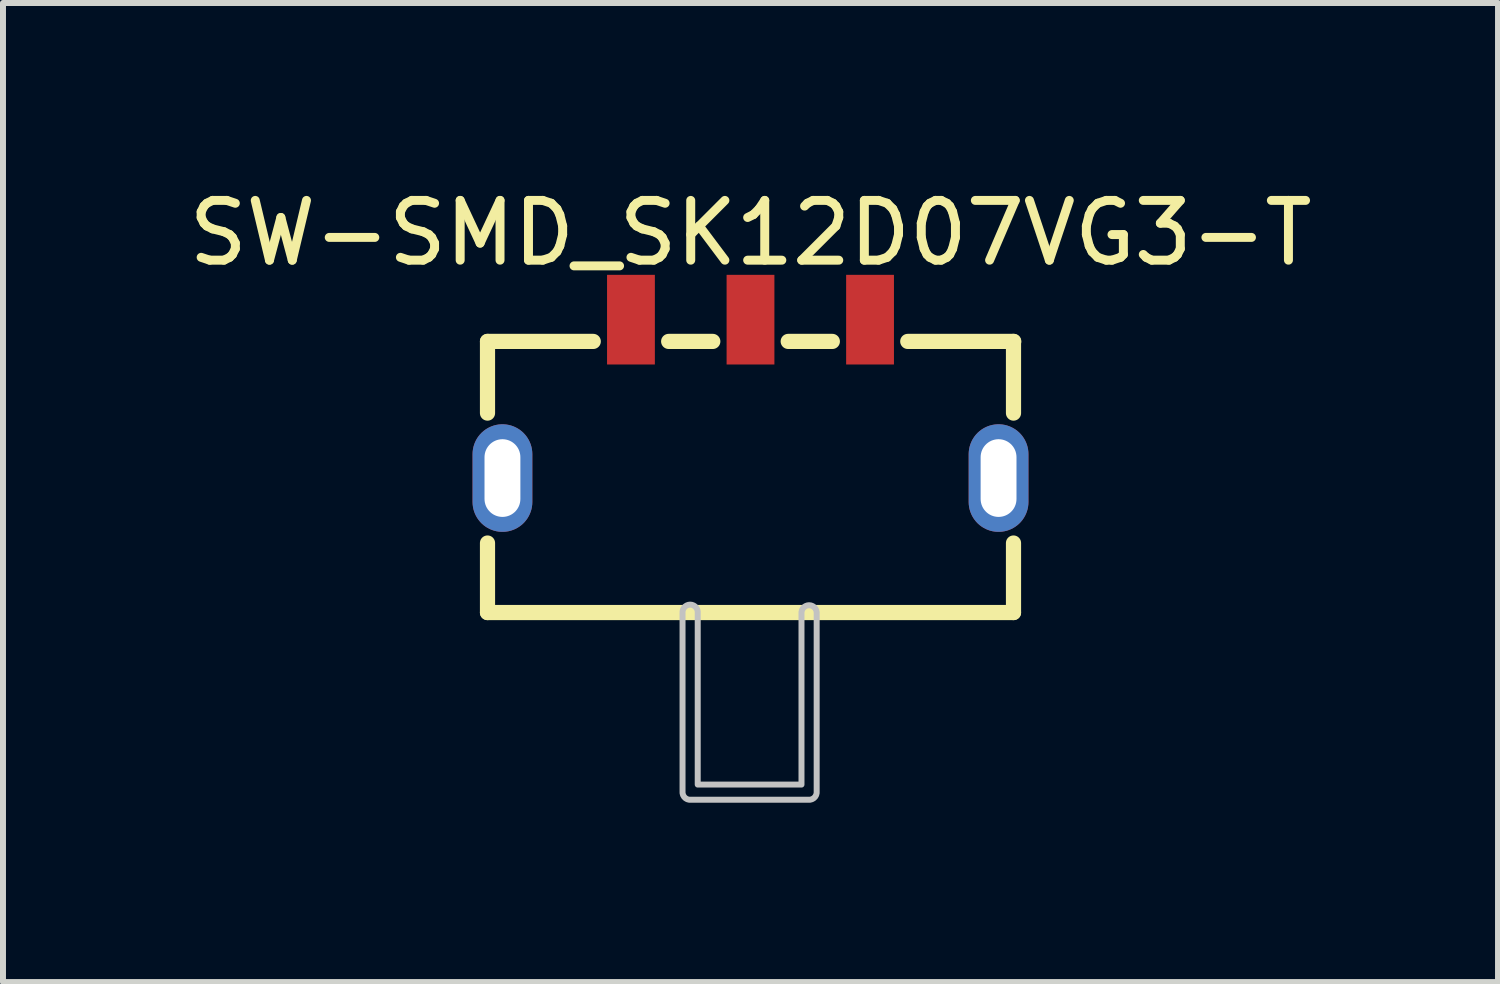
<source format=kicad_pcb>
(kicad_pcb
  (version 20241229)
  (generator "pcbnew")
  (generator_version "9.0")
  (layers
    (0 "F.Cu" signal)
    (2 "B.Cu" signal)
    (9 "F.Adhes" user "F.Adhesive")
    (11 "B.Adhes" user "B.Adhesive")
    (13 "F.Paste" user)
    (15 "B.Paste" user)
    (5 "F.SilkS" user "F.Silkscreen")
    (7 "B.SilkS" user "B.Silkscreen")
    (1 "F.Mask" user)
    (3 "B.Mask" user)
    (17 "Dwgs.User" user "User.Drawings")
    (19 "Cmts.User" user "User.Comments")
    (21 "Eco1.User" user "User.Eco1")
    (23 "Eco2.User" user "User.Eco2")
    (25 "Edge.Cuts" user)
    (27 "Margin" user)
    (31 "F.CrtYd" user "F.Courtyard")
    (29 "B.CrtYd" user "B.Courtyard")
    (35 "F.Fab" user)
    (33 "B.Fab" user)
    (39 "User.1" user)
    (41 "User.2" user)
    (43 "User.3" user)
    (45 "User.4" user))
  (footprint "SW-SMD_SK12D07VG3-T"
    (layer "F.Cu")
    (at 9.506 3.623)
    (property "Reference" "SW-SMD_SK12D07VG3-T" (at 0 -2.775 0) (layer "F.SilkS") (effects (font (size 1 1) (thickness 0.15))))
    (fp_line (start -4.4 -0.961) (end -2.631 -0.961) (stroke (width 0.254) (type default)) (layer "F.SilkS"))
    (fp_line (start -4.4 0.238) (end -4.4 -0.961) (stroke (width 0.254) (type default)) (layer "F.SilkS"))
    (fp_line (start -4.4 3.575) (end -4.4 2.412) (stroke (width 0.254) (type default)) (layer "F.SilkS"))
    (fp_line (start -1.369 -0.961) (end -0.631 -0.961) (stroke (width 0.254) (type default)) (layer "F.SilkS"))
    (fp_line (start 0.631 -0.961) (end 1.369 -0.961) (stroke (width 0.254) (type default)) (layer "F.SilkS"))
    (fp_line (start 2.631 -0.961) (end 4.404 -0.961) (stroke (width 0.254) (type default)) (layer "F.SilkS"))
    (fp_line (start 4.4 0.238) (end 4.4 -0.961) (stroke (width 0.254) (type default)) (layer "F.SilkS"))
    (fp_line (start 4.4 3.575) (end -4.4 3.575) (stroke (width 0.254) (type default)) (layer "F.SilkS"))
    (fp_line (start 4.4 3.575) (end 4.4 2.412) (stroke (width 0.254) (type default)) (layer "F.SilkS"))
    (fp_poly (pts (arc (start -1.137 3.57) (mid -1.01 3.443) (end -0.883 3.57)) (xy -0.883 6.453) (xy 0.853 6.453) (arc (start 0.853 3.58) (mid 0.98 3.453) (end 1.107 3.58)) (arc (start 1.107 6.58) (mid 1.069803 6.669803) (end 0.98 6.707)) (arc (start -1.01 6.707) (mid -1.099803 6.669803) (end -1.137 6.58))) (stroke (width 0.1) (type default)) (fill no) (layer "Dwgs.User"))
    (fp_poly (pts (xy -4.35 0.775) (xy -3.95 0.775) (xy -3.95 1.875) (xy -4.35 1.875)) (stroke (width 0.1) (type default)) (fill no) (layer "User.1"))
    (fp_poly (pts (xy -2.25 -1.625) (xy -1.75 -1.625) (xy -1.75 -0.825) (xy -2.25 -0.825)) (stroke (width 0.1) (type default)) (fill no) (layer "User.1"))
    (fp_poly (pts (xy -0.25 -1.625) (xy 0.25 -1.625) (xy 0.25 -0.825) (xy -0.25 -0.825)) (stroke (width 0.1) (type default)) (fill no) (layer "User.1"))
    (fp_poly (pts (xy 1.75 -1.625) (xy 2.25 -1.625) (xy 2.25 -0.825) (xy 1.75 -0.825)) (stroke (width 0.1) (type default)) (fill no) (layer "User.1"))
    (fp_poly (pts (xy 3.95 0.775) (xy 4.35 0.775) (xy 4.35 1.875) (xy 3.95 1.875)) (stroke (width 0.1) (type default)) (fill no) (layer "User.1"))
    (fp_line (start -4.4 -0.961) (end 4.404 -0.961) (stroke (width 0.051) (type default)) (layer "User.2"))
    (fp_line (start -4.4 3.575) (end -4.4 -0.961) (stroke (width 0.051) (type default)) (layer "User.2"))
    (fp_line (start -1.01 3.575) (end -4.4 3.575) (stroke (width 0.051) (type default)) (layer "User.2"))
    (fp_line (start -1.01 6.575) (end -1.01 3.575) (stroke (width 0.051) (type default)) (layer "User.2"))
    (fp_line (start 0.99 6.575) (end -1.01 6.575) (stroke (width 0.051) (type default)) (layer "User.2"))
    (fp_line (start 1 3.575) (end 1 6.565) (stroke (width 0.051) (type default)) (layer "User.2"))
    (fp_line (start 1 6.565) (end 0.99 6.575) (stroke (width 0.051) (type default)) (layer "User.2"))
    (fp_line (start 4.4 3.575) (end 1 3.575) (stroke (width 0.051) (type default)) (layer "User.2"))
    (fp_line (start 4.404 -0.961) (end 4.404 3.571) (stroke (width 0.051) (type default)) (layer "User.2"))
    (fp_line (start 4.404 3.571) (end 4.4 3.575) (stroke (width 0.051) (type default)) (layer "User.2"))
    (fp_poly (pts (xy -4.345 -1.648) (xy -4.377 -1.68) (xy -4.423 -1.68) (xy -4.455 -1.648) (xy -4.455 -1.602) (xy -4.423 -1.57) (xy -4.377 -1.57) (xy -4.345 -1.602)) (stroke (width 0.1) (type default)) (fill no) (layer "User.3"))
    (pad "1" smd rect (at -2 -1.325) (size 0.8 1.5) (layers "F.Cu" "F.Mask" "F.Paste"))
    (pad "2" smd rect (at 0 -1.325) (size 0.8 1.5) (layers "F.Cu" "F.Mask" "F.Paste"))
    (pad "3" smd rect (at 2 -1.325) (size 0.8 1.5) (layers "F.Cu" "F.Mask" "F.Paste"))
    (pad "4" thru_hole oval (at 4.15 1.325) (size 1 1.8) (drill oval 0.6 1.3) (layers "*.Cu" "*.Mask"))
    (pad "5" thru_hole oval (at -4.15 1.325) (size 1 1.8) (drill oval 0.6 1.3) (layers "*.Cu" "*.Mask")))
  (gr_rect
    (start -3 -3)
    (end 22.012 13.38)
    (stroke (width 0.1) (type default))
    (fill no)
    (layer "Edge.Cuts")))
</source>
